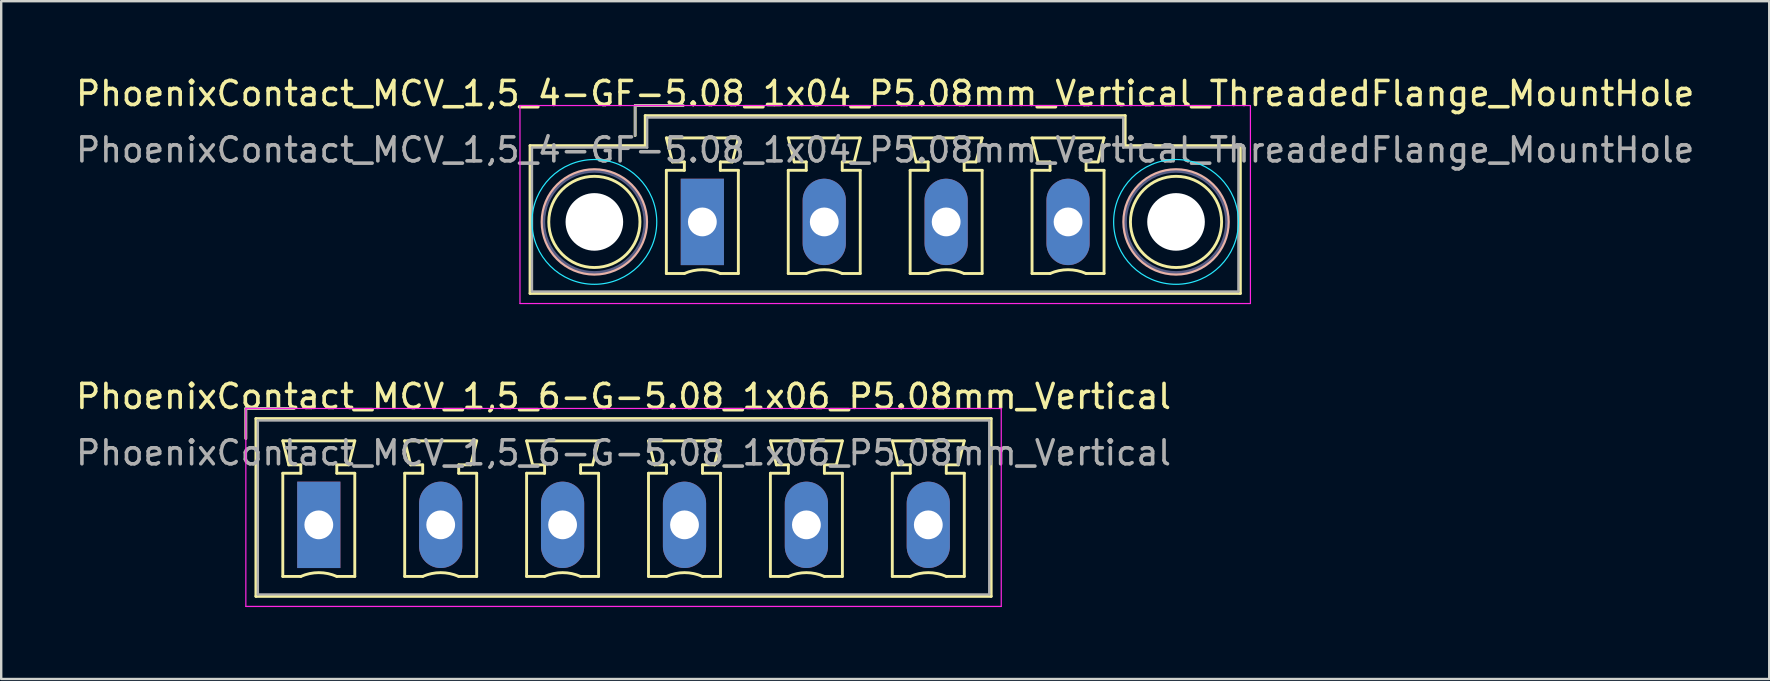
<source format=kicad_pcb>
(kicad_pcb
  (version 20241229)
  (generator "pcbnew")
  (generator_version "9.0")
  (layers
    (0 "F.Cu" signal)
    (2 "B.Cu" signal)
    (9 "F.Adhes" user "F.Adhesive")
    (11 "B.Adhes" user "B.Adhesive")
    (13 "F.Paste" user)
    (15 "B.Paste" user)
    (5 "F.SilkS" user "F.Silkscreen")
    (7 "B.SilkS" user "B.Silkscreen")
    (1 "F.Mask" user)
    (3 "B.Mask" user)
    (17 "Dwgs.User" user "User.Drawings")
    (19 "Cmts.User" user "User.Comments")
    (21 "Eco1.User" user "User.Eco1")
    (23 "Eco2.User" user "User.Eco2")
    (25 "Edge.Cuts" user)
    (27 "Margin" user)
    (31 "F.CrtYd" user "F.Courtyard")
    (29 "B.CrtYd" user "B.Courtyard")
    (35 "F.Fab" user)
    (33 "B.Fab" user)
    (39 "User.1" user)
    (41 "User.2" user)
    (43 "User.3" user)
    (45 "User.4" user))
  (footprint "PhoenixContact_MCV_1,5_4-GF-5.08_1x04_P5.08mm_Vertical_ThreadedFlange_MountHole"
    (layer "F.Cu")
    (at 26.219 6.198)
    (property "Reference" "PhoenixContact_MCV_1,5_4-GF-5.08_1x04_P5.08mm_Vertical_ThreadedFlange_MountHole" (at 7.62 -5.35 0) (layer "F.SilkS") (effects (font (size 1 1) (thickness 0.15))))
    (attr through_hole)
    (fp_line (start -7.18 -3.18) (end -7.18 2.98) (stroke (width 0.12) (type solid)) (layer "F.SilkS"))
    (fp_line (start -7.18 2.98) (end 22.42 2.98) (stroke (width 0.12) (type solid)) (layer "F.SilkS"))
    (fp_line (start -2.8 -4.85) (end -0.8 -4.85) (stroke (width 0.12) (type solid)) (layer "F.SilkS"))
    (fp_line (start -2.8 -3.6) (end -2.8 -4.85) (stroke (width 0.12) (type solid)) (layer "F.SilkS"))
    (fp_line (start -2.38 -4.43) (end -2.38 -3.18) (stroke (width 0.12) (type solid)) (layer "F.SilkS"))
    (fp_line (start -2.38 -3.18) (end -7.18 -3.18) (stroke (width 0.12) (type solid)) (layer "F.SilkS"))
    (fp_line (start -1.5 -3.5) (end 1.5 -3.5) (stroke (width 0.12) (type solid)) (layer "F.SilkS"))
    (fp_line (start -1.5 -2.15) (end -0.75 -2.15) (stroke (width 0.12) (type solid)) (layer "F.SilkS"))
    (fp_line (start -1.5 2.15) (end -1.5 -2.15) (stroke (width 0.12) (type solid)) (layer "F.SilkS"))
    (fp_line (start -1.25 -2.5) (end -1.5 -3.5) (stroke (width 0.12) (type solid)) (layer "F.SilkS"))
    (fp_line (start -0.75 -2.5) (end -1.25 -2.5) (stroke (width 0.12) (type solid)) (layer "F.SilkS"))
    (fp_line (start -0.75 -2.15) (end -0.75 -2.5) (stroke (width 0.12) (type solid)) (layer "F.SilkS"))
    (fp_line (start -0.75 2.15) (end -1.5 2.15) (stroke (width 0.12) (type solid)) (layer "F.SilkS"))
    (fp_line (start 0.75 -2.5) (end 0.75 -2.15) (stroke (width 0.12) (type solid)) (layer "F.SilkS"))
    (fp_line (start 0.75 -2.15) (end 1.5 -2.15) (stroke (width 0.12) (type solid)) (layer "F.SilkS"))
    (fp_line (start 1.25 -2.5) (end 0.75 -2.5) (stroke (width 0.12) (type solid)) (layer "F.SilkS"))
    (fp_line (start 1.5 -3.5) (end 1.25 -2.5) (stroke (width 0.12) (type solid)) (layer "F.SilkS"))
    (fp_line (start 1.5 -2.15) (end 1.5 2.15) (stroke (width 0.12) (type solid)) (layer "F.SilkS"))
    (fp_line (start 1.5 2.15) (end 0.75 2.15) (stroke (width 0.12) (type solid)) (layer "F.SilkS"))
    (fp_line (start 3.58 -3.5) (end 6.58 -3.5) (stroke (width 0.12) (type solid)) (layer "F.SilkS"))
    (fp_line (start 3.58 -2.15) (end 4.33 -2.15) (stroke (width 0.12) (type solid)) (layer "F.SilkS"))
    (fp_line (start 3.58 2.15) (end 3.58 -2.15) (stroke (width 0.12) (type solid)) (layer "F.SilkS"))
    (fp_line (start 3.83 -2.5) (end 3.58 -3.5) (stroke (width 0.12) (type solid)) (layer "F.SilkS"))
    (fp_line (start 4.33 -2.5) (end 3.83 -2.5) (stroke (width 0.12) (type solid)) (layer "F.SilkS"))
    (fp_line (start 4.33 -2.15) (end 4.33 -2.5) (stroke (width 0.12) (type solid)) (layer "F.SilkS"))
    (fp_line (start 4.33 2.15) (end 3.58 2.15) (stroke (width 0.12) (type solid)) (layer "F.SilkS"))
    (fp_line (start 5.83 -2.5) (end 5.83 -2.15) (stroke (width 0.12) (type solid)) (layer "F.SilkS"))
    (fp_line (start 5.83 -2.15) (end 6.58 -2.15) (stroke (width 0.12) (type solid)) (layer "F.SilkS"))
    (fp_line (start 6.33 -2.5) (end 5.83 -2.5) (stroke (width 0.12) (type solid)) (layer "F.SilkS"))
    (fp_line (start 6.58 -3.5) (end 6.33 -2.5) (stroke (width 0.12) (type solid)) (layer "F.SilkS"))
    (fp_line (start 6.58 -2.15) (end 6.58 2.15) (stroke (width 0.12) (type solid)) (layer "F.SilkS"))
    (fp_line (start 6.58 2.15) (end 5.83 2.15) (stroke (width 0.12) (type solid)) (layer "F.SilkS"))
    (fp_line (start 8.66 -3.5) (end 11.66 -3.5) (stroke (width 0.12) (type solid)) (layer "F.SilkS"))
    (fp_line (start 8.66 -2.15) (end 9.41 -2.15) (stroke (width 0.12) (type solid)) (layer "F.SilkS"))
    (fp_line (start 8.66 2.15) (end 8.66 -2.15) (stroke (width 0.12) (type solid)) (layer "F.SilkS"))
    (fp_line (start 8.91 -2.5) (end 8.66 -3.5) (stroke (width 0.12) (type solid)) (layer "F.SilkS"))
    (fp_line (start 9.41 -2.5) (end 8.91 -2.5) (stroke (width 0.12) (type solid)) (layer "F.SilkS"))
    (fp_line (start 9.41 -2.15) (end 9.41 -2.5) (stroke (width 0.12) (type solid)) (layer "F.SilkS"))
    (fp_line (start 9.41 2.15) (end 8.66 2.15) (stroke (width 0.12) (type solid)) (layer "F.SilkS"))
    (fp_line (start 10.91 -2.5) (end 10.91 -2.15) (stroke (width 0.12) (type solid)) (layer "F.SilkS"))
    (fp_line (start 10.91 -2.15) (end 11.66 -2.15) (stroke (width 0.12) (type solid)) (layer "F.SilkS"))
    (fp_line (start 11.41 -2.5) (end 10.91 -2.5) (stroke (width 0.12) (type solid)) (layer "F.SilkS"))
    (fp_line (start 11.66 -3.5) (end 11.41 -2.5) (stroke (width 0.12) (type solid)) (layer "F.SilkS"))
    (fp_line (start 11.66 -2.15) (end 11.66 2.15) (stroke (width 0.12) (type solid)) (layer "F.SilkS"))
    (fp_line (start 11.66 2.15) (end 10.91 2.15) (stroke (width 0.12) (type solid)) (layer "F.SilkS"))
    (fp_line (start 13.74 -3.5) (end 16.74 -3.5) (stroke (width 0.12) (type solid)) (layer "F.SilkS"))
    (fp_line (start 13.74 -2.15) (end 14.49 -2.15) (stroke (width 0.12) (type solid)) (layer "F.SilkS"))
    (fp_line (start 13.74 2.15) (end 13.74 -2.15) (stroke (width 0.12) (type solid)) (layer "F.SilkS"))
    (fp_line (start 13.99 -2.5) (end 13.74 -3.5) (stroke (width 0.12) (type solid)) (layer "F.SilkS"))
    (fp_line (start 14.49 -2.5) (end 13.99 -2.5) (stroke (width 0.12) (type solid)) (layer "F.SilkS"))
    (fp_line (start 14.49 -2.15) (end 14.49 -2.5) (stroke (width 0.12) (type solid)) (layer "F.SilkS"))
    (fp_line (start 14.49 2.15) (end 13.74 2.15) (stroke (width 0.12) (type solid)) (layer "F.SilkS"))
    (fp_line (start 15.99 -2.5) (end 15.99 -2.15) (stroke (width 0.12) (type solid)) (layer "F.SilkS"))
    (fp_line (start 15.99 -2.15) (end 16.74 -2.15) (stroke (width 0.12) (type solid)) (layer "F.SilkS"))
    (fp_line (start 16.49 -2.5) (end 15.99 -2.5) (stroke (width 0.12) (type solid)) (layer "F.SilkS"))
    (fp_line (start 16.74 -3.5) (end 16.49 -2.5) (stroke (width 0.12) (type solid)) (layer "F.SilkS"))
    (fp_line (start 16.74 -2.15) (end 16.74 2.15) (stroke (width 0.12) (type solid)) (layer "F.SilkS"))
    (fp_line (start 16.74 2.15) (end 15.99 2.15) (stroke (width 0.12) (type solid)) (layer "F.SilkS"))
    (fp_line (start 17.62 -4.43) (end -2.38 -4.43) (stroke (width 0.12) (type solid)) (layer "F.SilkS"))
    (fp_line (start 17.62 -3.18) (end 17.62 -4.43) (stroke (width 0.12) (type solid)) (layer "F.SilkS"))
    (fp_line (start 22.42 -3.18) (end 17.62 -3.18) (stroke (width 0.12) (type solid)) (layer "F.SilkS"))
    (fp_line (start 22.42 2.98) (end 22.42 -3.18) (stroke (width 0.12) (type solid)) (layer "F.SilkS"))
    (fp_arc (start -0.75 2.15) (mid -0.000193 1.99191) (end 0.749647 2.149844) (stroke (width 0.12) (type solid)) (layer "F.SilkS"))
    (fp_arc (start 4.33 2.15) (mid 5.079807 1.99191) (end 5.829647 2.149844) (stroke (width 0.12) (type solid)) (layer "F.SilkS"))
    (fp_arc (start 9.41 2.15) (mid 10.159807 1.99191) (end 10.909647 2.149844) (stroke (width 0.12) (type solid)) (layer "F.SilkS"))
    (fp_arc (start 14.49 2.15) (mid 15.239807 1.99191) (end 15.989647 2.149844) (stroke (width 0.12) (type solid)) (layer "F.SilkS"))
    (fp_circle (center -4.5 0) (end -2.6 0) (stroke (width 0.12) (type solid)) (fill no) (layer "F.SilkS"))
    (fp_circle (center 19.74 0) (end 21.64 0) (stroke (width 0.12) (type solid)) (fill no) (layer "F.SilkS"))
    (fp_circle (center -4.5 0) (end -2.32 0) (stroke (width 0.12) (type solid)) (fill no) (layer "B.SilkS"))
    (fp_circle (center 19.74 0) (end 21.92 0) (stroke (width 0.12) (type solid)) (fill no) (layer "B.SilkS"))
    (fp_circle (center -4.5 0) (end -1.9 0) (stroke (width 0.05) (type solid)) (fill no) (layer "B.CrtYd"))
    (fp_circle (center 19.74 0) (end 22.34 0) (stroke (width 0.05) (type solid)) (fill no) (layer "B.CrtYd"))
    (fp_line (start -7.6 -4.85) (end -7.6 3.4) (stroke (width 0.05) (type solid)) (layer "F.CrtYd"))
    (fp_line (start -7.6 3.4) (end 22.84 3.4) (stroke (width 0.05) (type solid)) (layer "F.CrtYd"))
    (fp_line (start 22.84 -4.85) (end -7.6 -4.85) (stroke (width 0.05) (type solid)) (layer "F.CrtYd"))
    (fp_line (start 22.84 3.4) (end 22.84 -4.85) (stroke (width 0.05) (type solid)) (layer "F.CrtYd"))
    (fp_circle (center -4.5 0) (end -2.4 0) (stroke (width 0.1) (type solid)) (fill no) (layer "B.Fab"))
    (fp_circle (center 19.74 0) (end 21.84 0) (stroke (width 0.1) (type solid)) (fill no) (layer "B.Fab"))
    (fp_line (start -7.1 -3.1) (end -7.1 2.9) (stroke (width 0.1) (type solid)) (layer "F.Fab"))
    (fp_line (start -7.1 2.9) (end 22.34 2.9) (stroke (width 0.1) (type solid)) (layer "F.Fab"))
    (fp_line (start -2.8 -4.85) (end -0.8 -4.85) (stroke (width 0.1) (type solid)) (layer "F.Fab"))
    (fp_line (start -2.8 -3.6) (end -2.8 -4.85) (stroke (width 0.1) (type solid)) (layer "F.Fab"))
    (fp_line (start -2.3 -4.35) (end -2.3 -3.1) (stroke (width 0.1) (type solid)) (layer "F.Fab"))
    (fp_line (start -2.3 -3.1) (end -7.1 -3.1) (stroke (width 0.1) (type solid)) (layer "F.Fab"))
    (fp_line (start 17.54 -4.35) (end -2.3 -4.35) (stroke (width 0.1) (type solid)) (layer "F.Fab"))
    (fp_line (start 17.54 -3.1) (end 17.54 -4.35) (stroke (width 0.1) (type solid)) (layer "F.Fab"))
    (fp_line (start 22.34 -3.1) (end 17.54 -3.1) (stroke (width 0.1) (type solid)) (layer "F.Fab"))
    (fp_line (start 22.34 2.9) (end 22.34 -3.1) (stroke (width 0.1) (type solid)) (layer "F.Fab"))
    (fp_text user "${REFERENCE}" (at 7.62 -3 0) (layer "F.Fab") (effects (font (size 1 1) (thickness 0.15))))
    (pad "" np_thru_hole circle (at -4.5 0) (size 2.4 2.4) (drill 2.4) (layers "*.Cu" "*.Mask"))
    (pad "" np_thru_hole circle (at 19.74 0) (size 2.4 2.4) (drill 2.4) (layers "*.Cu" "*.Mask"))
    (pad "1" thru_hole rect (at 0 0) (size 1.8 3.6) (drill 1.2) (layers "*.Cu" "*.Mask"))
    (pad "2" thru_hole oval (at 5.08 0) (size 1.8 3.6) (drill 1.2) (layers "*.Cu" "*.Mask"))
    (pad "3" thru_hole oval (at 10.16 0) (size 1.8 3.6) (drill 1.2) (layers "*.Cu" "*.Mask"))
    (pad "4" thru_hole oval (at 15.24 0) (size 1.8 3.6) (drill 1.2) (layers "*.Cu" "*.Mask")))
  (footprint "PhoenixContact_MCV_1,5_6-G-5.08_1x06_P5.08mm_Vertical"
    (layer "F.Cu")
    (at 10.235 18.822)
    (property "Reference" "PhoenixContact_MCV_1,5_6-G-5.08_1x06_P5.08mm_Vertical" (at 12.7 -5.35 0) (layer "F.SilkS") (effects (font (size 1 1) (thickness 0.15))))
    (attr through_hole)
    (fp_line (start -3.04 -4.85) (end -1.04 -4.85) (stroke (width 0.12) (type solid)) (layer "F.SilkS"))
    (fp_line (start -3.04 -3.6) (end -3.04 -4.85) (stroke (width 0.12) (type solid)) (layer "F.SilkS"))
    (fp_line (start -2.62 -4.43) (end -2.62 2.98) (stroke (width 0.12) (type solid)) (layer "F.SilkS"))
    (fp_line (start -2.62 2.98) (end 28.02 2.98) (stroke (width 0.12) (type solid)) (layer "F.SilkS"))
    (fp_line (start -1.5 -3.5) (end 1.5 -3.5) (stroke (width 0.12) (type solid)) (layer "F.SilkS"))
    (fp_line (start -1.5 -2.15) (end -0.75 -2.15) (stroke (width 0.12) (type solid)) (layer "F.SilkS"))
    (fp_line (start -1.5 2.15) (end -1.5 -2.15) (stroke (width 0.12) (type solid)) (layer "F.SilkS"))
    (fp_line (start -1.25 -2.5) (end -1.5 -3.5) (stroke (width 0.12) (type solid)) (layer "F.SilkS"))
    (fp_line (start -0.75 -2.5) (end -1.25 -2.5) (stroke (width 0.12) (type solid)) (layer "F.SilkS"))
    (fp_line (start -0.75 -2.15) (end -0.75 -2.5) (stroke (width 0.12) (type solid)) (layer "F.SilkS"))
    (fp_line (start -0.75 2.15) (end -1.5 2.15) (stroke (width 0.12) (type solid)) (layer "F.SilkS"))
    (fp_line (start 0.75 -2.5) (end 0.75 -2.15) (stroke (width 0.12) (type solid)) (layer "F.SilkS"))
    (fp_line (start 0.75 -2.15) (end 1.5 -2.15) (stroke (width 0.12) (type solid)) (layer "F.SilkS"))
    (fp_line (start 1.25 -2.5) (end 0.75 -2.5) (stroke (width 0.12) (type solid)) (layer "F.SilkS"))
    (fp_line (start 1.5 -3.5) (end 1.25 -2.5) (stroke (width 0.12) (type solid)) (layer "F.SilkS"))
    (fp_line (start 1.5 -2.15) (end 1.5 2.15) (stroke (width 0.12) (type solid)) (layer "F.SilkS"))
    (fp_line (start 1.5 2.15) (end 0.75 2.15) (stroke (width 0.12) (type solid)) (layer "F.SilkS"))
    (fp_line (start 3.58 -3.5) (end 6.58 -3.5) (stroke (width 0.12) (type solid)) (layer "F.SilkS"))
    (fp_line (start 3.58 -2.15) (end 4.33 -2.15) (stroke (width 0.12) (type solid)) (layer "F.SilkS"))
    (fp_line (start 3.58 2.15) (end 3.58 -2.15) (stroke (width 0.12) (type solid)) (layer "F.SilkS"))
    (fp_line (start 3.83 -2.5) (end 3.58 -3.5) (stroke (width 0.12) (type solid)) (layer "F.SilkS"))
    (fp_line (start 4.33 -2.5) (end 3.83 -2.5) (stroke (width 0.12) (type solid)) (layer "F.SilkS"))
    (fp_line (start 4.33 -2.15) (end 4.33 -2.5) (stroke (width 0.12) (type solid)) (layer "F.SilkS"))
    (fp_line (start 4.33 2.15) (end 3.58 2.15) (stroke (width 0.12) (type solid)) (layer "F.SilkS"))
    (fp_line (start 5.83 -2.5) (end 5.83 -2.15) (stroke (width 0.12) (type solid)) (layer "F.SilkS"))
    (fp_line (start 5.83 -2.15) (end 6.58 -2.15) (stroke (width 0.12) (type solid)) (layer "F.SilkS"))
    (fp_line (start 6.33 -2.5) (end 5.83 -2.5) (stroke (width 0.12) (type solid)) (layer "F.SilkS"))
    (fp_line (start 6.58 -3.5) (end 6.33 -2.5) (stroke (width 0.12) (type solid)) (layer "F.SilkS"))
    (fp_line (start 6.58 -2.15) (end 6.58 2.15) (stroke (width 0.12) (type solid)) (layer "F.SilkS"))
    (fp_line (start 6.58 2.15) (end 5.83 2.15) (stroke (width 0.12) (type solid)) (layer "F.SilkS"))
    (fp_line (start 8.66 -3.5) (end 11.66 -3.5) (stroke (width 0.12) (type solid)) (layer "F.SilkS"))
    (fp_line (start 8.66 -2.15) (end 9.41 -2.15) (stroke (width 0.12) (type solid)) (layer "F.SilkS"))
    (fp_line (start 8.66 2.15) (end 8.66 -2.15) (stroke (width 0.12) (type solid)) (layer "F.SilkS"))
    (fp_line (start 8.91 -2.5) (end 8.66 -3.5) (stroke (width 0.12) (type solid)) (layer "F.SilkS"))
    (fp_line (start 9.41 -2.5) (end 8.91 -2.5) (stroke (width 0.12) (type solid)) (layer "F.SilkS"))
    (fp_line (start 9.41 -2.15) (end 9.41 -2.5) (stroke (width 0.12) (type solid)) (layer "F.SilkS"))
    (fp_line (start 9.41 2.15) (end 8.66 2.15) (stroke (width 0.12) (type solid)) (layer "F.SilkS"))
    (fp_line (start 10.91 -2.5) (end 10.91 -2.15) (stroke (width 0.12) (type solid)) (layer "F.SilkS"))
    (fp_line (start 10.91 -2.15) (end 11.66 -2.15) (stroke (width 0.12) (type solid)) (layer "F.SilkS"))
    (fp_line (start 11.41 -2.5) (end 10.91 -2.5) (stroke (width 0.12) (type solid)) (layer "F.SilkS"))
    (fp_line (start 11.66 -3.5) (end 11.41 -2.5) (stroke (width 0.12) (type solid)) (layer "F.SilkS"))
    (fp_line (start 11.66 -2.15) (end 11.66 2.15) (stroke (width 0.12) (type solid)) (layer "F.SilkS"))
    (fp_line (start 11.66 2.15) (end 10.91 2.15) (stroke (width 0.12) (type solid)) (layer "F.SilkS"))
    (fp_line (start 13.74 -3.5) (end 16.74 -3.5) (stroke (width 0.12) (type solid)) (layer "F.SilkS"))
    (fp_line (start 13.74 -2.15) (end 14.49 -2.15) (stroke (width 0.12) (type solid)) (layer "F.SilkS"))
    (fp_line (start 13.74 2.15) (end 13.74 -2.15) (stroke (width 0.12) (type solid)) (layer "F.SilkS"))
    (fp_line (start 13.99 -2.5) (end 13.74 -3.5) (stroke (width 0.12) (type solid)) (layer "F.SilkS"))
    (fp_line (start 14.49 -2.5) (end 13.99 -2.5) (stroke (width 0.12) (type solid)) (layer "F.SilkS"))
    (fp_line (start 14.49 -2.15) (end 14.49 -2.5) (stroke (width 0.12) (type solid)) (layer "F.SilkS"))
    (fp_line (start 14.49 2.15) (end 13.74 2.15) (stroke (width 0.12) (type solid)) (layer "F.SilkS"))
    (fp_line (start 15.99 -2.5) (end 15.99 -2.15) (stroke (width 0.12) (type solid)) (layer "F.SilkS"))
    (fp_line (start 15.99 -2.15) (end 16.74 -2.15) (stroke (width 0.12) (type solid)) (layer "F.SilkS"))
    (fp_line (start 16.49 -2.5) (end 15.99 -2.5) (stroke (width 0.12) (type solid)) (layer "F.SilkS"))
    (fp_line (start 16.74 -3.5) (end 16.49 -2.5) (stroke (width 0.12) (type solid)) (layer "F.SilkS"))
    (fp_line (start 16.74 -2.15) (end 16.74 2.15) (stroke (width 0.12) (type solid)) (layer "F.SilkS"))
    (fp_line (start 16.74 2.15) (end 15.99 2.15) (stroke (width 0.12) (type solid)) (layer "F.SilkS"))
    (fp_line (start 18.82 -3.5) (end 21.82 -3.5) (stroke (width 0.12) (type solid)) (layer "F.SilkS"))
    (fp_line (start 18.82 -2.15) (end 19.57 -2.15) (stroke (width 0.12) (type solid)) (layer "F.SilkS"))
    (fp_line (start 18.82 2.15) (end 18.82 -2.15) (stroke (width 0.12) (type solid)) (layer "F.SilkS"))
    (fp_line (start 19.07 -2.5) (end 18.82 -3.5) (stroke (width 0.12) (type solid)) (layer "F.SilkS"))
    (fp_line (start 19.57 -2.5) (end 19.07 -2.5) (stroke (width 0.12) (type solid)) (layer "F.SilkS"))
    (fp_line (start 19.57 -2.15) (end 19.57 -2.5) (stroke (width 0.12) (type solid)) (layer "F.SilkS"))
    (fp_line (start 19.57 2.15) (end 18.82 2.15) (stroke (width 0.12) (type solid)) (layer "F.SilkS"))
    (fp_line (start 21.07 -2.5) (end 21.07 -2.15) (stroke (width 0.12) (type solid)) (layer "F.SilkS"))
    (fp_line (start 21.07 -2.15) (end 21.82 -2.15) (stroke (width 0.12) (type solid)) (layer "F.SilkS"))
    (fp_line (start 21.57 -2.5) (end 21.07 -2.5) (stroke (width 0.12) (type solid)) (layer "F.SilkS"))
    (fp_line (start 21.82 -3.5) (end 21.57 -2.5) (stroke (width 0.12) (type solid)) (layer "F.SilkS"))
    (fp_line (start 21.82 -2.15) (end 21.82 2.15) (stroke (width 0.12) (type solid)) (layer "F.SilkS"))
    (fp_line (start 21.82 2.15) (end 21.07 2.15) (stroke (width 0.12) (type solid)) (layer "F.SilkS"))
    (fp_line (start 23.9 -3.5) (end 26.9 -3.5) (stroke (width 0.12) (type solid)) (layer "F.SilkS"))
    (fp_line (start 23.9 -2.15) (end 24.65 -2.15) (stroke (width 0.12) (type solid)) (layer "F.SilkS"))
    (fp_line (start 23.9 2.15) (end 23.9 -2.15) (stroke (width 0.12) (type solid)) (layer "F.SilkS"))
    (fp_line (start 24.15 -2.5) (end 23.9 -3.5) (stroke (width 0.12) (type solid)) (layer "F.SilkS"))
    (fp_line (start 24.65 -2.5) (end 24.15 -2.5) (stroke (width 0.12) (type solid)) (layer "F.SilkS"))
    (fp_line (start 24.65 -2.15) (end 24.65 -2.5) (stroke (width 0.12) (type solid)) (layer "F.SilkS"))
    (fp_line (start 24.65 2.15) (end 23.9 2.15) (stroke (width 0.12) (type solid)) (layer "F.SilkS"))
    (fp_line (start 26.15 -2.5) (end 26.15 -2.15) (stroke (width 0.12) (type solid)) (layer "F.SilkS"))
    (fp_line (start 26.15 -2.15) (end 26.9 -2.15) (stroke (width 0.12) (type solid)) (layer "F.SilkS"))
    (fp_line (start 26.65 -2.5) (end 26.15 -2.5) (stroke (width 0.12) (type solid)) (layer "F.SilkS"))
    (fp_line (start 26.9 -3.5) (end 26.65 -2.5) (stroke (width 0.12) (type solid)) (layer "F.SilkS"))
    (fp_line (start 26.9 -2.15) (end 26.9 2.15) (stroke (width 0.12) (type solid)) (layer "F.SilkS"))
    (fp_line (start 26.9 2.15) (end 26.15 2.15) (stroke (width 0.12) (type solid)) (layer "F.SilkS"))
    (fp_line (start 28.02 -4.43) (end -2.62 -4.43) (stroke (width 0.12) (type solid)) (layer "F.SilkS"))
    (fp_line (start 28.02 2.98) (end 28.02 -4.43) (stroke (width 0.12) (type solid)) (layer "F.SilkS"))
    (fp_arc (start -0.75 2.15) (mid -0.000193 1.99191) (end 0.749647 2.149844) (stroke (width 0.12) (type solid)) (layer "F.SilkS"))
    (fp_arc (start 4.33 2.15) (mid 5.079807 1.99191) (end 5.829647 2.149844) (stroke (width 0.12) (type solid)) (layer "F.SilkS"))
    (fp_arc (start 9.41 2.15) (mid 10.159807 1.99191) (end 10.909647 2.149844) (stroke (width 0.12) (type solid)) (layer "F.SilkS"))
    (fp_arc (start 14.49 2.15) (mid 15.239807 1.99191) (end 15.989647 2.149844) (stroke (width 0.12) (type solid)) (layer "F.SilkS"))
    (fp_arc (start 19.57 2.15) (mid 20.319807 1.99191) (end 21.069647 2.149844) (stroke (width 0.12) (type solid)) (layer "F.SilkS"))
    (fp_arc (start 24.65 2.15) (mid 25.399807 1.99191) (end 26.149647 2.149844) (stroke (width 0.12) (type solid)) (layer "F.SilkS"))
    (fp_line (start -3.04 -4.85) (end -3.04 3.4) (stroke (width 0.05) (type solid)) (layer "F.CrtYd"))
    (fp_line (start -3.04 3.4) (end 28.44 3.4) (stroke (width 0.05) (type solid)) (layer "F.CrtYd"))
    (fp_line (start 28.44 -4.85) (end -3.04 -4.85) (stroke (width 0.05) (type solid)) (layer "F.CrtYd"))
    (fp_line (start 28.44 3.4) (end 28.44 -4.85) (stroke (width 0.05) (type solid)) (layer "F.CrtYd"))
    (fp_line (start -3.04 -4.85) (end -1.04 -4.85) (stroke (width 0.1) (type solid)) (layer "F.Fab"))
    (fp_line (start -3.04 -3.6) (end -3.04 -4.85) (stroke (width 0.1) (type solid)) (layer "F.Fab"))
    (fp_line (start -2.54 -4.35) (end -2.54 2.9) (stroke (width 0.1) (type solid)) (layer "F.Fab"))
    (fp_line (start -2.54 2.9) (end 27.94 2.9) (stroke (width 0.1) (type solid)) (layer "F.Fab"))
    (fp_line (start 27.94 -4.35) (end -2.54 -4.35) (stroke (width 0.1) (type solid)) (layer "F.Fab"))
    (fp_line (start 27.94 2.9) (end 27.94 -4.35) (stroke (width 0.1) (type solid)) (layer "F.Fab"))
    (fp_text user "${REFERENCE}" (at 12.7 -3 0) (layer "F.Fab") (effects (font (size 1 1) (thickness 0.15))))
    (pad "1" thru_hole rect (at 0 0) (size 1.8 3.6) (drill 1.2) (layers "*.Cu" "*.Mask"))
    (pad "2" thru_hole oval (at 5.08 0) (size 1.8 3.6) (drill 1.2) (layers "*.Cu" "*.Mask"))
    (pad "3" thru_hole oval (at 10.16 0) (size 1.8 3.6) (drill 1.2) (layers "*.Cu" "*.Mask"))
    (pad "4" thru_hole oval (at 15.24 0) (size 1.8 3.6) (drill 1.2) (layers "*.Cu" "*.Mask"))
    (pad "5" thru_hole oval (at 20.32 0) (size 1.8 3.6) (drill 1.2) (layers "*.Cu" "*.Mask"))
    (pad "6" thru_hole oval (at 25.4 0) (size 1.8 3.6) (drill 1.2) (layers "*.Cu" "*.Mask")))
  (gr_rect
    (start -3 -3)
    (end 70.679 25.247)
    (stroke (width 0.1) (type default))
    (fill no)
    (layer "Edge.Cuts")))
</source>
